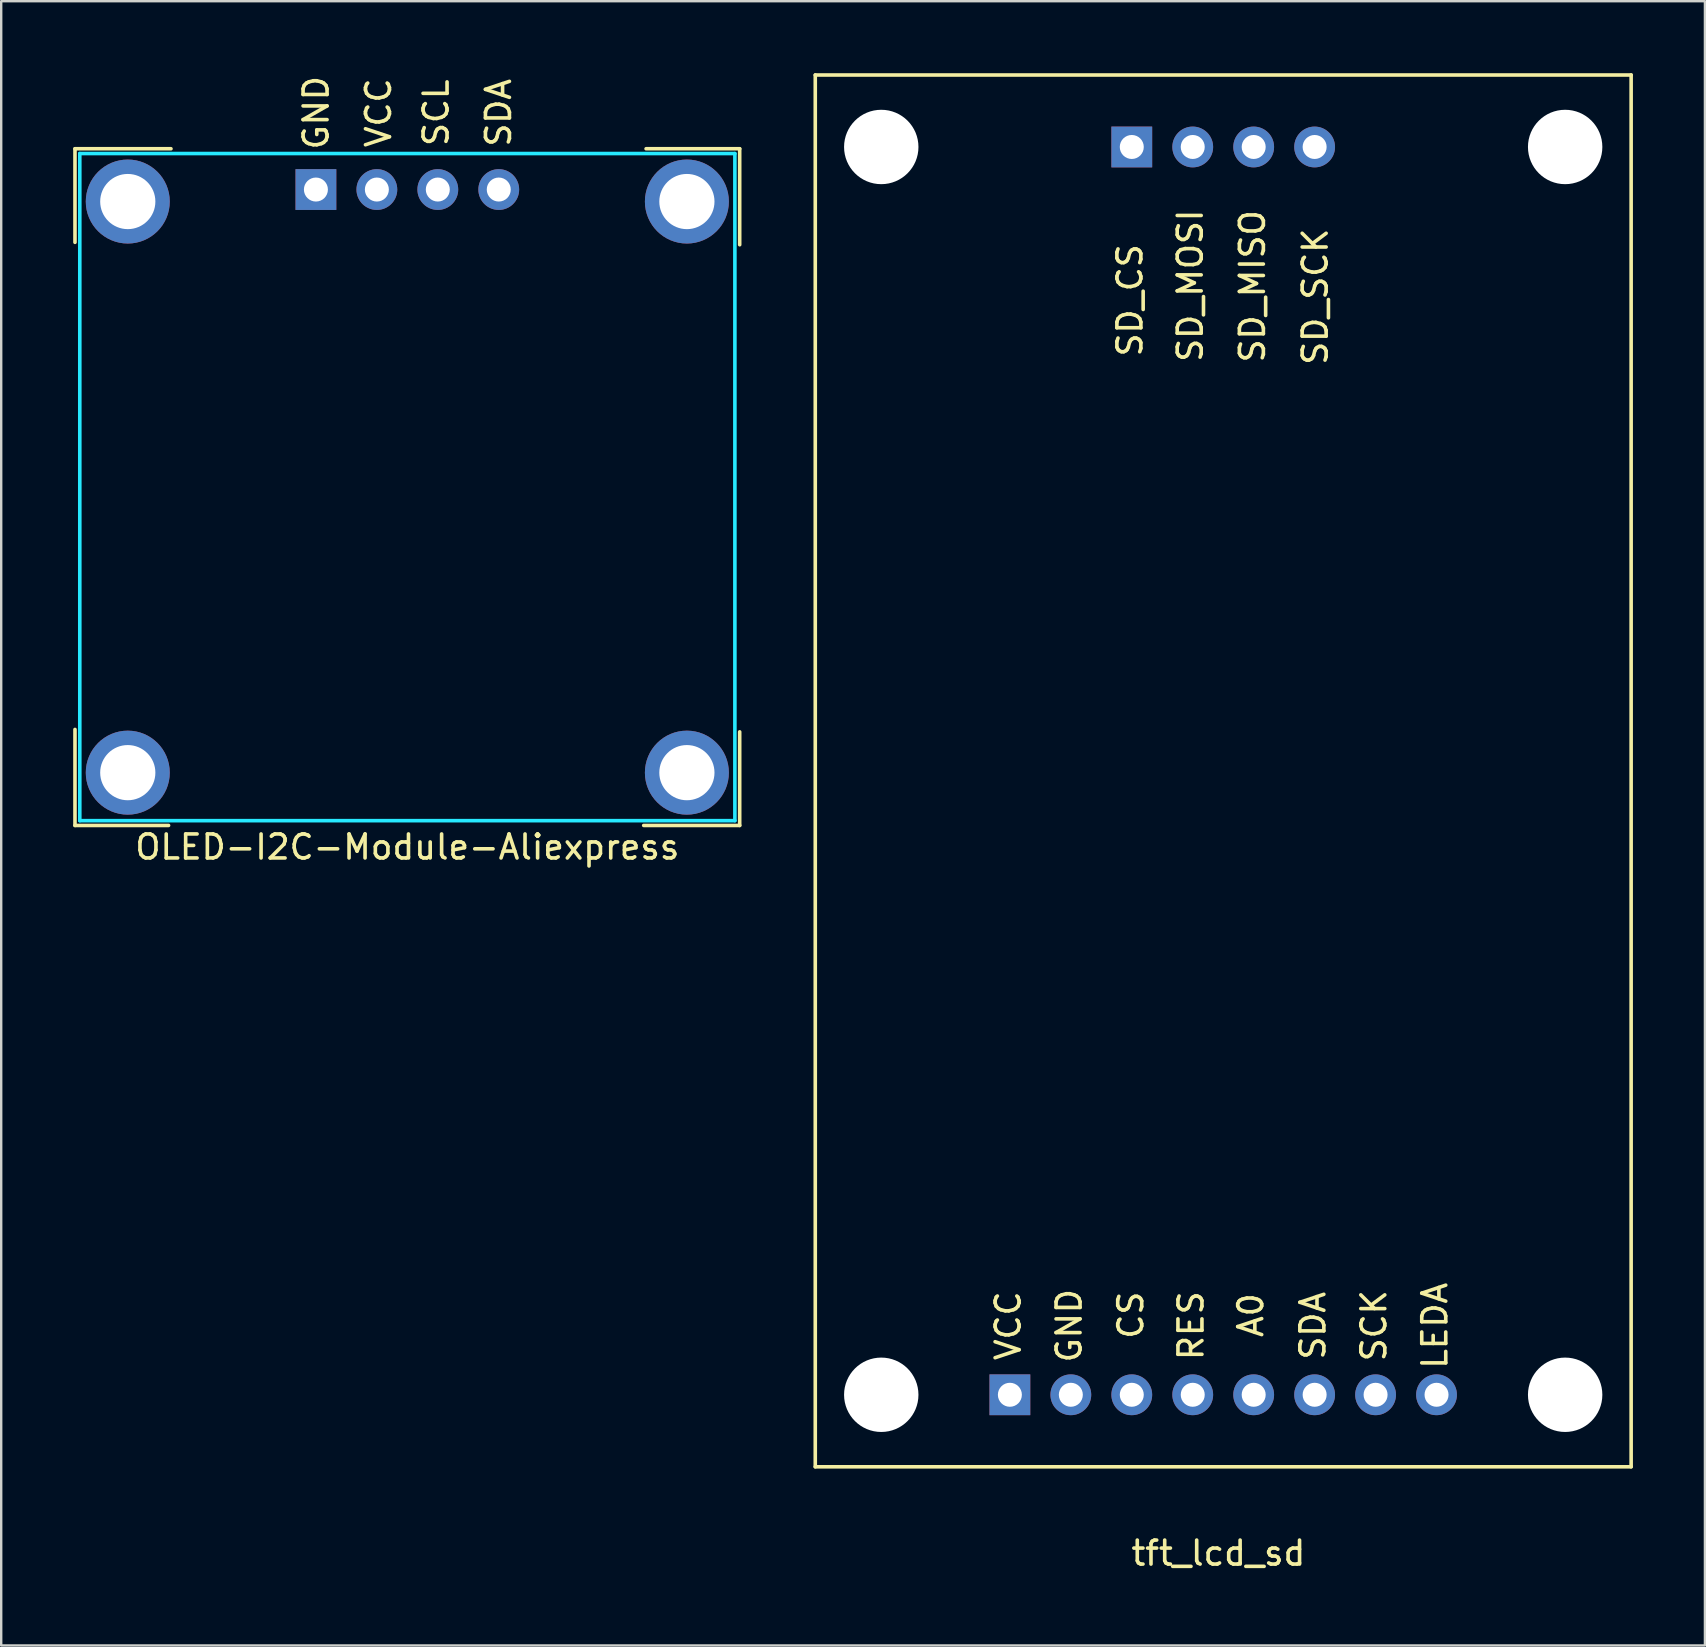
<source format=kicad_pcb>
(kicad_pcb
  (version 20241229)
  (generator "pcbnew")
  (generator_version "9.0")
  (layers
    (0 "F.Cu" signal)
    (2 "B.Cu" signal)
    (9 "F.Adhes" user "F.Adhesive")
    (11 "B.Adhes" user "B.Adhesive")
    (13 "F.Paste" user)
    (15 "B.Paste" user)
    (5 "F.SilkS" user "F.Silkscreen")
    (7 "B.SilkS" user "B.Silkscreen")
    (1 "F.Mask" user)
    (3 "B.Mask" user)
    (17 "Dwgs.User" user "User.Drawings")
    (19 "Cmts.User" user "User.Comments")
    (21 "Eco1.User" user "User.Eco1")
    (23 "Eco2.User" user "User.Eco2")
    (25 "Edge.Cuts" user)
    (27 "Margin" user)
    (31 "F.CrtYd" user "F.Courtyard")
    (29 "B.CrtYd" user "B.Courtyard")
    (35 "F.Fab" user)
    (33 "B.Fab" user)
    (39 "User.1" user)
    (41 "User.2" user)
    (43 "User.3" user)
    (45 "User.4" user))
  (footprint "tft_lcd_sd"
    (layer "F.Cu")
    (at 47.925 29.075)
    (property "Reference" "tft_lcd_sd" (at -0.2 32.6 0) (layer "F.SilkS") (effects (font (size 1 1) (thickness 0.15))))
    (attr through_hole)
    (fp_line (start -17 -29) (end 17 -29) (stroke (width 0.15) (type solid)) (layer "F.SilkS"))
    (fp_line (start -17 29) (end -17 -29) (stroke (width 0.15) (type solid)) (layer "F.SilkS"))
    (fp_line (start 17 29) (end -17 29) (stroke (width 0.15) (type solid)) (layer "F.SilkS"))
    (fp_line (start 17 29) (end 17 -29) (stroke (width 0.15) (type solid)) (layer "F.SilkS"))
    (fp_text user "VCC" (at -8.961 23.122 270) (layer "F.SilkS") (effects (font (size 1 1) (thickness 0.15))))
    (fp_text user "A0" (at 1.149 22.682 270) (layer "F.SilkS") (effects (font (size 1 1) (thickness 0.15))))
    (fp_text user "SCK" (at 6.279 23.122 270) (layer "F.SilkS") (effects (font (size 1 1) (thickness 0.15))))
    (fp_text user "GND" (at -6.421 23.122 270) (layer "F.SilkS") (effects (font (size 1 1) (thickness 0.15))))
    (fp_text user "SD_MISO  " (at 1.219 -20.955 270) (layer "F.SilkS") (effects (font (size 1 1) (thickness 0.15))))
    (fp_text user "SDA" (at 3.739 23.122 270) (layer "F.SilkS") (effects (font (size 1 1) (thickness 0.15))))
    (fp_text user "LEDA" (at 8.819 23.122 270) (layer "F.SilkS") (effects (font (size 1 1) (thickness 0.15))))
    (fp_text user "SD_CS    " (at -3.886 -21.133 270) (layer "F.SilkS") (effects (font (size 1 1) (thickness 0.15))))
    (fp_text user "RES" (at -1.341 23.122 270) (layer "F.SilkS") (effects (font (size 1 1) (thickness 0.15))))
    (fp_text user "SD_SCK   " (at 3.835 -20.904 270) (layer "F.SilkS") (effects (font (size 1 1) (thickness 0.15))))
    (fp_text user "SD_MOSI  " (at -1.372 -20.98 270) (layer "F.SilkS") (effects (font (size 1 1) (thickness 0.15))))
    (fp_text user "CS" (at -3.851 22.682 270) (layer "F.SilkS") (effects (font (size 1 1) (thickness 0.15))))
    (pad "" np_thru_hole circle (at -14.25 -26) (size 3.1 3.1) (drill 3.1) (layers "*.Cu" "*.Mask"))
    (pad "" np_thru_hole circle (at -14.25 26) (size 3.1 3.1) (drill 3.1) (layers "*.Cu" "*.Mask"))
    (pad "" np_thru_hole circle (at 14.25 -26) (size 3.1 3.1) (drill 3.1) (layers "*.Cu" "*.Mask"))
    (pad "" np_thru_hole circle (at 14.25 26) (size 3.1 3.1) (drill 3.1) (layers "*.Cu" "*.Mask"))
    (pad "1" thru_hole rect (at -8.89 26 180) (size 1.7 1.7) (drill 1) (layers "*.Cu" "*.Mask"))
    (pad "2" thru_hole circle (at -6.35 26 180) (size 1.7 1.7) (drill 1) (layers "*.Cu" "*.Mask"))
    (pad "3" thru_hole circle (at -3.81 26 180) (size 1.7 1.7) (drill 1) (layers "*.Cu" "*.Mask"))
    (pad "4" thru_hole circle (at -1.27 26 180) (size 1.7 1.7) (drill 1) (layers "*.Cu" "*.Mask"))
    (pad "5" thru_hole circle (at 1.27 26 180) (size 1.7 1.7) (drill 1) (layers "*.Cu" "*.Mask"))
    (pad "6" thru_hole circle (at 3.81 26 180) (size 1.7 1.7) (drill 1) (layers "*.Cu" "*.Mask"))
    (pad "7" thru_hole circle (at 6.35 26 180) (size 1.7 1.7) (drill 1) (layers "*.Cu" "*.Mask"))
    (pad "8" thru_hole circle (at 8.89 26 180) (size 1.7 1.7) (drill 1) (layers "*.Cu" "*.Mask"))
    (pad "9" thru_hole circle (at 3.81 -26) (size 1.7 1.7) (drill 1) (layers "*.Cu" "*.Mask"))
    (pad "10" thru_hole circle (at 1.27 -26) (size 1.7 1.7) (drill 1) (layers "*.Cu" "*.Mask"))
    (pad "11" thru_hole circle (at -1.27 -26) (size 1.7 1.7) (drill 1) (layers "*.Cu" "*.Mask"))
    (pad "12" thru_hole rect (at -3.81 -26) (size 1.7 1.7) (drill 1) (layers "*.Cu" "*.Mask")))
  (footprint "OLED-I2C-Module-Aliexpress"
    (layer "F.Cu")
    (at 13.925 17.249)
    (property "Reference" "OLED-I2C-Module-Aliexpress" (at 0 15 0) (layer "F.SilkS") (effects (font (size 1 1) (thickness 0.15))))
    (attr through_hole)
    (fp_line (start -13.85 -14.1) (end -9.85 -14.1) (stroke (width 0.15) (type solid)) (layer "F.SilkS"))
    (fp_line (start -13.85 -10.2) (end -13.85 -14.1) (stroke (width 0.15) (type solid)) (layer "F.SilkS"))
    (fp_line (start -13.85 14.1) (end -13.85 10.1) (stroke (width 0.15) (type solid)) (layer "F.SilkS"))
    (fp_line (start -9.95 14.1) (end -13.85 14.1) (stroke (width 0.15) (type solid)) (layer "F.SilkS"))
    (fp_line (start 9.95 -14.1) (end 13.85 -14.1) (stroke (width 0.15) (type solid)) (layer "F.SilkS"))
    (fp_line (start 13.85 -14.1) (end 13.85 -10.1) (stroke (width 0.15) (type solid)) (layer "F.SilkS"))
    (fp_line (start 13.85 10.2) (end 13.85 14.1) (stroke (width 0.15) (type solid)) (layer "F.SilkS"))
    (fp_line (start 13.85 14.1) (end 9.85 14.1) (stroke (width 0.15) (type solid)) (layer "F.SilkS"))
    (fp_line (start -13.65 -13.9) (end -13.65 13.9) (stroke (width 0.15) (type solid)) (layer "B.CrtYd"))
    (fp_line (start -13.65 13.9) (end 13.65 13.9) (stroke (width 0.15) (type solid)) (layer "B.CrtYd"))
    (fp_line (start 13.65 -13.9) (end -13.65 -13.9) (stroke (width 0.15) (type solid)) (layer "B.CrtYd"))
    (fp_line (start 13.65 -13.9) (end 13.65 13.9) (stroke (width 0.15) (type solid)) (layer "B.CrtYd"))
    (fp_text user "SDA" (at 3.8 -15.6 90) (layer "F.SilkS") (effects (font (size 1 1) (thickness 0.15))))
    (fp_text user "SCL" (at 1.2 -15.6 90) (layer "F.SilkS") (effects (font (size 1 1) (thickness 0.15))))
    (fp_text user "GND" (at -3.8 -15.6 90) (layer "F.SilkS") (effects (font (size 1 1) (thickness 0.15))))
    (fp_text user "VCC" (at -1.2 -15.6 90) (layer "F.SilkS") (effects (font (size 1 1) (thickness 0.15))))
    (pad "" thru_hole circle (at -11.65 -11.9) (size 3.5 3.5) (drill 2.3) (layers "*.Cu" "*.Mask"))
    (pad "" thru_hole circle (at -11.65 11.9) (size 3.5 3.5) (drill 2.3) (layers "*.Cu" "*.Mask"))
    (pad "" thru_hole circle (at 11.65 -11.9) (size 3.5 3.5) (drill 2.3) (layers "*.Cu" "*.Mask"))
    (pad "" thru_hole circle (at 11.65 11.9) (size 3.5 3.5) (drill 2.3) (layers "*.Cu" "*.Mask"))
    (pad "1" thru_hole rect (at -3.81 -12.4) (size 1.7 1.7) (drill 1) (layers "*.Cu" "*.Mask"))
    (pad "2" thru_hole circle (at -1.27 -12.4) (size 1.7 1.7) (drill 1) (layers "*.Cu" "*.Mask"))
    (pad "3" thru_hole circle (at 1.27 -12.4) (size 1.7 1.7) (drill 1) (layers "*.Cu" "*.Mask"))
    (pad "4" thru_hole circle (at 3.81 -12.4) (size 1.7 1.7) (drill 1) (layers "*.Cu" "*.Mask")))
  (gr_rect
    (start -3 -3)
    (end 68 65.523)
    (stroke (width 0.1) (type default))
    (fill no)
    (layer "Edge.Cuts")))
</source>
